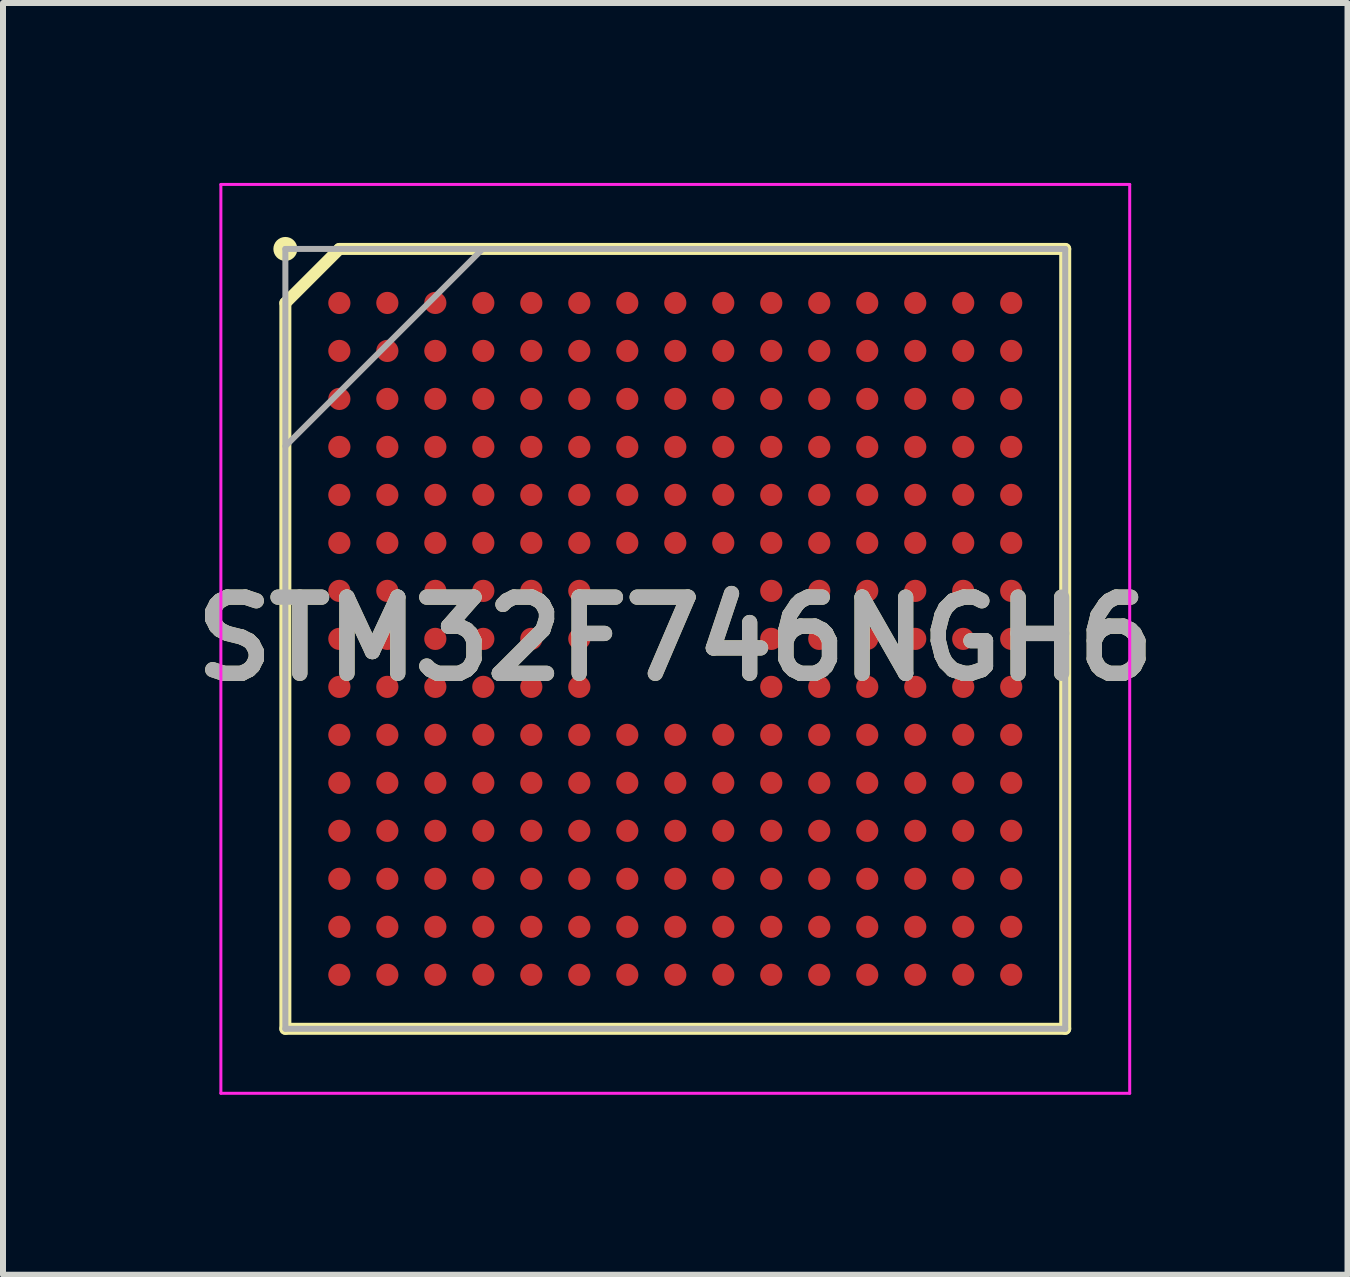
<source format=kicad_pcb>
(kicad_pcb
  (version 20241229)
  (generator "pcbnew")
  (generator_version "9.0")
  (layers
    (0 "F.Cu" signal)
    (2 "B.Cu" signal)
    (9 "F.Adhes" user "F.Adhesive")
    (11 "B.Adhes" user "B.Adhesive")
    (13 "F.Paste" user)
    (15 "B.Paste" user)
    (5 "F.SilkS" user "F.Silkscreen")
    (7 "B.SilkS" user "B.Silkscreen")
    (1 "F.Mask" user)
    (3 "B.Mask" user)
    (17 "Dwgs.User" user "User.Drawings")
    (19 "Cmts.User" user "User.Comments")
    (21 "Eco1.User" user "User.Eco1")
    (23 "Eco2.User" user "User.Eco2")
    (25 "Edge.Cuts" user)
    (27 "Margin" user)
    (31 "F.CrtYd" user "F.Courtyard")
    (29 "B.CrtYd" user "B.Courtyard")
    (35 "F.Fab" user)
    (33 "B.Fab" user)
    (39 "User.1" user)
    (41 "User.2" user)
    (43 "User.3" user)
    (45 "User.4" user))
  (footprint "STM32F746NGH6"
    (layer "F.Cu")
    (at 8.207 7.6)
    (property "Reference" "STM32F746NGH6" (at 0 0 0) (layer "F.SilkS") (effects (font (size 1.27 1.27) (thickness 0.254))))
    (attr smd)
    (fp_line (start -6.5 -5.6) (end -5.6 -6.5) (stroke (width 0.2) (type solid)) (layer "F.SilkS"))
    (fp_line (start -6.5 6.5) (end -6.5 -5.6) (stroke (width 0.2) (type solid)) (layer "F.SilkS"))
    (fp_line (start -5.6 -6.5) (end 6.5 -6.5) (stroke (width 0.2) (type solid)) (layer "F.SilkS"))
    (fp_line (start 6.5 -6.5) (end 6.5 6.5) (stroke (width 0.2) (type solid)) (layer "F.SilkS"))
    (fp_line (start 6.5 6.5) (end -6.5 6.5) (stroke (width 0.2) (type solid)) (layer "F.SilkS"))
    (fp_circle (center -6.5 -6.5) (end -6.5 -6.4) (stroke (width 0.2) (type solid)) (fill no) (layer "F.SilkS"))
    (fp_line (start -7.575 -7.575) (end 7.575 -7.575) (stroke (width 0.05) (type solid)) (layer "F.CrtYd"))
    (fp_line (start -7.575 7.575) (end -7.575 -7.575) (stroke (width 0.05) (type solid)) (layer "F.CrtYd"))
    (fp_line (start 7.575 -7.575) (end 7.575 7.575) (stroke (width 0.05) (type solid)) (layer "F.CrtYd"))
    (fp_line (start 7.575 7.575) (end -7.575 7.575) (stroke (width 0.05) (type solid)) (layer "F.CrtYd"))
    (fp_line (start -6.5 -6.5) (end 6.5 -6.5) (stroke (width 0.1) (type solid)) (layer "F.Fab"))
    (fp_line (start -6.5 -3.212) (end -3.212 -6.5) (stroke (width 0.1) (type solid)) (layer "F.Fab"))
    (fp_line (start -6.5 6.5) (end -6.5 -6.5) (stroke (width 0.1) (type solid)) (layer "F.Fab"))
    (fp_line (start 6.5 -6.5) (end 6.5 6.5) (stroke (width 0.1) (type solid)) (layer "F.Fab"))
    (fp_line (start 6.5 6.5) (end -6.5 6.5) (stroke (width 0.1) (type solid)) (layer "F.Fab"))
    (fp_text user "${REFERENCE}" (at 0 0 0) (layer "F.Fab") (effects (font (size 1.27 1.27) (thickness 0.254))))
    (pad "A1" smd circle (at -5.6 -5.6 90) (size 0.37 0.37) (layers "F.Cu" "F.Mask" "F.Paste"))
    (pad "A2" smd circle (at -4.8 -5.6 90) (size 0.37 0.37) (layers "F.Cu" "F.Mask" "F.Paste"))
    (pad "A3" smd circle (at -4 -5.6 90) (size 0.37 0.37) (layers "F.Cu" "F.Mask" "F.Paste"))
    (pad "A4" smd circle (at -3.2 -5.6 90) (size 0.37 0.37) (layers "F.Cu" "F.Mask" "F.Paste"))
    (pad "A5" smd circle (at -2.4 -5.6 90) (size 0.37 0.37) (layers "F.Cu" "F.Mask" "F.Paste"))
    (pad "A6" smd circle (at -1.6 -5.6 90) (size 0.37 0.37) (layers "F.Cu" "F.Mask" "F.Paste"))
    (pad "A7" smd circle (at -0.8 -5.6 90) (size 0.37 0.37) (layers "F.Cu" "F.Mask" "F.Paste"))
    (pad "A8" smd circle (at 0 -5.6 90) (size 0.37 0.37) (layers "F.Cu" "F.Mask" "F.Paste"))
    (pad "A9" smd circle (at 0.8 -5.6 90) (size 0.37 0.37) (layers "F.Cu" "F.Mask" "F.Paste"))
    (pad "A10" smd circle (at 1.6 -5.6 90) (size 0.37 0.37) (layers "F.Cu" "F.Mask" "F.Paste"))
    (pad "A11" smd circle (at 2.4 -5.6 90) (size 0.37 0.37) (layers "F.Cu" "F.Mask" "F.Paste"))
    (pad "A12" smd circle (at 3.2 -5.6 90) (size 0.37 0.37) (layers "F.Cu" "F.Mask" "F.Paste"))
    (pad "A13" smd circle (at 4 -5.6 90) (size 0.37 0.37) (layers "F.Cu" "F.Mask" "F.Paste"))
    (pad "A14" smd circle (at 4.8 -5.6 90) (size 0.37 0.37) (layers "F.Cu" "F.Mask" "F.Paste"))
    (pad "A15" smd circle (at 5.6 -5.6 90) (size 0.37 0.37) (layers "F.Cu" "F.Mask" "F.Paste"))
    (pad "B1" smd circle (at -5.6 -4.8 90) (size 0.37 0.37) (layers "F.Cu" "F.Mask" "F.Paste"))
    (pad "B2" smd circle (at -4.8 -4.8 90) (size 0.37 0.37) (layers "F.Cu" "F.Mask" "F.Paste"))
    (pad "B3" smd circle (at -4 -4.8 90) (size 0.37 0.37) (layers "F.Cu" "F.Mask" "F.Paste"))
    (pad "B4" smd circle (at -3.2 -4.8 90) (size 0.37 0.37) (layers "F.Cu" "F.Mask" "F.Paste"))
    (pad "B5" smd circle (at -2.4 -4.8 90) (size 0.37 0.37) (layers "F.Cu" "F.Mask" "F.Paste"))
    (pad "B6" smd circle (at -1.6 -4.8 90) (size 0.37 0.37) (layers "F.Cu" "F.Mask" "F.Paste"))
    (pad "B7" smd circle (at -0.8 -4.8 90) (size 0.37 0.37) (layers "F.Cu" "F.Mask" "F.Paste"))
    (pad "B8" smd circle (at 0 -4.8 90) (size 0.37 0.37) (layers "F.Cu" "F.Mask" "F.Paste"))
    (pad "B9" smd circle (at 0.8 -4.8 90) (size 0.37 0.37) (layers "F.Cu" "F.Mask" "F.Paste"))
    (pad "B10" smd circle (at 1.6 -4.8 90) (size 0.37 0.37) (layers "F.Cu" "F.Mask" "F.Paste"))
    (pad "B11" smd circle (at 2.4 -4.8 90) (size 0.37 0.37) (layers "F.Cu" "F.Mask" "F.Paste"))
    (pad "B12" smd circle (at 3.2 -4.8 90) (size 0.37 0.37) (layers "F.Cu" "F.Mask" "F.Paste"))
    (pad "B13" smd circle (at 4 -4.8 90) (size 0.37 0.37) (layers "F.Cu" "F.Mask" "F.Paste"))
    (pad "B14" smd circle (at 4.8 -4.8 90) (size 0.37 0.37) (layers "F.Cu" "F.Mask" "F.Paste"))
    (pad "B15" smd circle (at 5.6 -4.8 90) (size 0.37 0.37) (layers "F.Cu" "F.Mask" "F.Paste"))
    (pad "C1" smd circle (at -5.6 -4 90) (size 0.37 0.37) (layers "F.Cu" "F.Mask" "F.Paste"))
    (pad "C2" smd circle (at -4.8 -4 90) (size 0.37 0.37) (layers "F.Cu" "F.Mask" "F.Paste"))
    (pad "C3" smd circle (at -4 -4 90) (size 0.37 0.37) (layers "F.Cu" "F.Mask" "F.Paste"))
    (pad "C4" smd circle (at -3.2 -4 90) (size 0.37 0.37) (layers "F.Cu" "F.Mask" "F.Paste"))
    (pad "C5" smd circle (at -2.4 -4 90) (size 0.37 0.37) (layers "F.Cu" "F.Mask" "F.Paste"))
    (pad "C6" smd circle (at -1.6 -4 90) (size 0.37 0.37) (layers "F.Cu" "F.Mask" "F.Paste"))
    (pad "C7" smd circle (at -0.8 -4 90) (size 0.37 0.37) (layers "F.Cu" "F.Mask" "F.Paste"))
    (pad "C8" smd circle (at 0 -4 90) (size 0.37 0.37) (layers "F.Cu" "F.Mask" "F.Paste"))
    (pad "C9" smd circle (at 0.8 -4 90) (size 0.37 0.37) (layers "F.Cu" "F.Mask" "F.Paste"))
    (pad "C10" smd circle (at 1.6 -4 90) (size 0.37 0.37) (layers "F.Cu" "F.Mask" "F.Paste"))
    (pad "C11" smd circle (at 2.4 -4 90) (size 0.37 0.37) (layers "F.Cu" "F.Mask" "F.Paste"))
    (pad "C12" smd circle (at 3.2 -4 90) (size 0.37 0.37) (layers "F.Cu" "F.Mask" "F.Paste"))
    (pad "C13" smd circle (at 4 -4 90) (size 0.37 0.37) (layers "F.Cu" "F.Mask" "F.Paste"))
    (pad "C14" smd circle (at 4.8 -4 90) (size 0.37 0.37) (layers "F.Cu" "F.Mask" "F.Paste"))
    (pad "C15" smd circle (at 5.6 -4 90) (size 0.37 0.37) (layers "F.Cu" "F.Mask" "F.Paste"))
    (pad "D1" smd circle (at -5.6 -3.2 90) (size 0.37 0.37) (layers "F.Cu" "F.Mask" "F.Paste"))
    (pad "D2" smd circle (at -4.8 -3.2 90) (size 0.37 0.37) (layers "F.Cu" "F.Mask" "F.Paste"))
    (pad "D3" smd circle (at -4 -3.2 90) (size 0.37 0.37) (layers "F.Cu" "F.Mask" "F.Paste"))
    (pad "D4" smd circle (at -3.2 -3.2 90) (size 0.37 0.37) (layers "F.Cu" "F.Mask" "F.Paste"))
    (pad "D5" smd circle (at -2.4 -3.2 90) (size 0.37 0.37) (layers "F.Cu" "F.Mask" "F.Paste"))
    (pad "D6" smd circle (at -1.6 -3.2 90) (size 0.37 0.37) (layers "F.Cu" "F.Mask" "F.Paste"))
    (pad "D7" smd circle (at -0.8 -3.2 90) (size 0.37 0.37) (layers "F.Cu" "F.Mask" "F.Paste"))
    (pad "D8" smd circle (at 0 -3.2 90) (size 0.37 0.37) (layers "F.Cu" "F.Mask" "F.Paste"))
    (pad "D9" smd circle (at 0.8 -3.2 90) (size 0.37 0.37) (layers "F.Cu" "F.Mask" "F.Paste"))
    (pad "D10" smd circle (at 1.6 -3.2 90) (size 0.37 0.37) (layers "F.Cu" "F.Mask" "F.Paste"))
    (pad "D11" smd circle (at 2.4 -3.2 90) (size 0.37 0.37) (layers "F.Cu" "F.Mask" "F.Paste"))
    (pad "D12" smd circle (at 3.2 -3.2 90) (size 0.37 0.37) (layers "F.Cu" "F.Mask" "F.Paste"))
    (pad "D13" smd circle (at 4 -3.2 90) (size 0.37 0.37) (layers "F.Cu" "F.Mask" "F.Paste"))
    (pad "D14" smd circle (at 4.8 -3.2 90) (size 0.37 0.37) (layers "F.Cu" "F.Mask" "F.Paste"))
    (pad "D15" smd circle (at 5.6 -3.2 90) (size 0.37 0.37) (layers "F.Cu" "F.Mask" "F.Paste"))
    (pad "E1" smd circle (at -5.6 -2.4 90) (size 0.37 0.37) (layers "F.Cu" "F.Mask" "F.Paste"))
    (pad "E2" smd circle (at -4.8 -2.4 90) (size 0.37 0.37) (layers "F.Cu" "F.Mask" "F.Paste"))
    (pad "E3" smd circle (at -4 -2.4 90) (size 0.37 0.37) (layers "F.Cu" "F.Mask" "F.Paste"))
    (pad "E4" smd circle (at -3.2 -2.4 90) (size 0.37 0.37) (layers "F.Cu" "F.Mask" "F.Paste"))
    (pad "E5" smd circle (at -2.4 -2.4 90) (size 0.37 0.37) (layers "F.Cu" "F.Mask" "F.Paste"))
    (pad "E6" smd circle (at -1.6 -2.4 90) (size 0.37 0.37) (layers "F.Cu" "F.Mask" "F.Paste"))
    (pad "E7" smd circle (at -0.8 -2.4 90) (size 0.37 0.37) (layers "F.Cu" "F.Mask" "F.Paste"))
    (pad "E8" smd circle (at 0 -2.4 90) (size 0.37 0.37) (layers "F.Cu" "F.Mask" "F.Paste"))
    (pad "E9" smd circle (at 0.8 -2.4 90) (size 0.37 0.37) (layers "F.Cu" "F.Mask" "F.Paste"))
    (pad "E10" smd circle (at 1.6 -2.4 90) (size 0.37 0.37) (layers "F.Cu" "F.Mask" "F.Paste"))
    (pad "E11" smd circle (at 2.4 -2.4 90) (size 0.37 0.37) (layers "F.Cu" "F.Mask" "F.Paste"))
    (pad "E12" smd circle (at 3.2 -2.4 90) (size 0.37 0.37) (layers "F.Cu" "F.Mask" "F.Paste"))
    (pad "E13" smd circle (at 4 -2.4 90) (size 0.37 0.37) (layers "F.Cu" "F.Mask" "F.Paste"))
    (pad "E14" smd circle (at 4.8 -2.4 90) (size 0.37 0.37) (layers "F.Cu" "F.Mask" "F.Paste"))
    (pad "E15" smd circle (at 5.6 -2.4 90) (size 0.37 0.37) (layers "F.Cu" "F.Mask" "F.Paste"))
    (pad "F1" smd circle (at -5.6 -1.6 90) (size 0.37 0.37) (layers "F.Cu" "F.Mask" "F.Paste"))
    (pad "F2" smd circle (at -4.8 -1.6 90) (size 0.37 0.37) (layers "F.Cu" "F.Mask" "F.Paste"))
    (pad "F3" smd circle (at -4 -1.6 90) (size 0.37 0.37) (layers "F.Cu" "F.Mask" "F.Paste"))
    (pad "F4" smd circle (at -3.2 -1.6 90) (size 0.37 0.37) (layers "F.Cu" "F.Mask" "F.Paste"))
    (pad "F5" smd circle (at -2.4 -1.6 90) (size 0.37 0.37) (layers "F.Cu" "F.Mask" "F.Paste"))
    (pad "F6" smd circle (at -1.6 -1.6 90) (size 0.37 0.37) (layers "F.Cu" "F.Mask" "F.Paste"))
    (pad "F7" smd circle (at -0.8 -1.6 90) (size 0.37 0.37) (layers "F.Cu" "F.Mask" "F.Paste"))
    (pad "F8" smd circle (at 0 -1.6 90) (size 0.37 0.37) (layers "F.Cu" "F.Mask" "F.Paste"))
    (pad "F9" smd circle (at 0.8 -1.6 90) (size 0.37 0.37) (layers "F.Cu" "F.Mask" "F.Paste"))
    (pad "F10" smd circle (at 1.6 -1.6 90) (size 0.37 0.37) (layers "F.Cu" "F.Mask" "F.Paste"))
    (pad "F11" smd circle (at 2.4 -1.6 90) (size 0.37 0.37) (layers "F.Cu" "F.Mask" "F.Paste"))
    (pad "F12" smd circle (at 3.2 -1.6 90) (size 0.37 0.37) (layers "F.Cu" "F.Mask" "F.Paste"))
    (pad "F13" smd circle (at 4 -1.6 90) (size 0.37 0.37) (layers "F.Cu" "F.Mask" "F.Paste"))
    (pad "F14" smd circle (at 4.8 -1.6 90) (size 0.37 0.37) (layers "F.Cu" "F.Mask" "F.Paste"))
    (pad "F15" smd circle (at 5.6 -1.6 90) (size 0.37 0.37) (layers "F.Cu" "F.Mask" "F.Paste"))
    (pad "G1" smd circle (at -5.6 -0.8 90) (size 0.37 0.37) (layers "F.Cu" "F.Mask" "F.Paste"))
    (pad "G2" smd circle (at -4.8 -0.8 90) (size 0.37 0.37) (layers "F.Cu" "F.Mask" "F.Paste"))
    (pad "G3" smd circle (at -4 -0.8 90) (size 0.37 0.37) (layers "F.Cu" "F.Mask" "F.Paste"))
    (pad "G4" smd circle (at -3.2 -0.8 90) (size 0.37 0.37) (layers "F.Cu" "F.Mask" "F.Paste"))
    (pad "G5" smd circle (at -2.4 -0.8 90) (size 0.37 0.37) (layers "F.Cu" "F.Mask" "F.Paste"))
    (pad "G6" smd circle (at -1.6 -0.8 90) (size 0.37 0.37) (layers "F.Cu" "F.Mask" "F.Paste"))
    (pad "G10" smd circle (at 1.6 -0.8 90) (size 0.37 0.37) (layers "F.Cu" "F.Mask" "F.Paste"))
    (pad "G11" smd circle (at 2.4 -0.8 90) (size 0.37 0.37) (layers "F.Cu" "F.Mask" "F.Paste"))
    (pad "G12" smd circle (at 3.2 -0.8 90) (size 0.37 0.37) (layers "F.Cu" "F.Mask" "F.Paste"))
    (pad "G13" smd circle (at 4 -0.8 90) (size 0.37 0.37) (layers "F.Cu" "F.Mask" "F.Paste"))
    (pad "G14" smd circle (at 4.8 -0.8 90) (size 0.37 0.37) (layers "F.Cu" "F.Mask" "F.Paste"))
    (pad "G15" smd circle (at 5.6 -0.8 90) (size 0.37 0.37) (layers "F.Cu" "F.Mask" "F.Paste"))
    (pad "H1" smd circle (at -5.6 0 90) (size 0.37 0.37) (layers "F.Cu" "F.Mask" "F.Paste"))
    (pad "H2" smd circle (at -4.8 0 90) (size 0.37 0.37) (layers "F.Cu" "F.Mask" "F.Paste"))
    (pad "H3" smd circle (at -4 0 90) (size 0.37 0.37) (layers "F.Cu" "F.Mask" "F.Paste"))
    (pad "H4" smd circle (at -3.2 0 90) (size 0.37 0.37) (layers "F.Cu" "F.Mask" "F.Paste"))
    (pad "H5" smd circle (at -2.4 0 90) (size 0.37 0.37) (layers "F.Cu" "F.Mask" "F.Paste"))
    (pad "H6" smd circle (at -1.6 0 90) (size 0.37 0.37) (layers "F.Cu" "F.Mask" "F.Paste"))
    (pad "H10" smd circle (at 1.6 0 90) (size 0.37 0.37) (layers "F.Cu" "F.Mask" "F.Paste"))
    (pad "H11" smd circle (at 2.4 0 90) (size 0.37 0.37) (layers "F.Cu" "F.Mask" "F.Paste"))
    (pad "H12" smd circle (at 3.2 0 90) (size 0.37 0.37) (layers "F.Cu" "F.Mask" "F.Paste"))
    (pad "H13" smd circle (at 4 0 90) (size 0.37 0.37) (layers "F.Cu" "F.Mask" "F.Paste"))
    (pad "H14" smd circle (at 4.8 0 90) (size 0.37 0.37) (layers "F.Cu" "F.Mask" "F.Paste"))
    (pad "H15" smd circle (at 5.6 0 90) (size 0.37 0.37) (layers "F.Cu" "F.Mask" "F.Paste"))
    (pad "J1" smd circle (at -5.6 0.8 90) (size 0.37 0.37) (layers "F.Cu" "F.Mask" "F.Paste"))
    (pad "J2" smd circle (at -4.8 0.8 90) (size 0.37 0.37) (layers "F.Cu" "F.Mask" "F.Paste"))
    (pad "J3" smd circle (at -4 0.8 90) (size 0.37 0.37) (layers "F.Cu" "F.Mask" "F.Paste"))
    (pad "J4" smd circle (at -3.2 0.8 90) (size 0.37 0.37) (layers "F.Cu" "F.Mask" "F.Paste"))
    (pad "J5" smd circle (at -2.4 0.8 90) (size 0.37 0.37) (layers "F.Cu" "F.Mask" "F.Paste"))
    (pad "J6" smd circle (at -1.6 0.8 90) (size 0.37 0.37) (layers "F.Cu" "F.Mask" "F.Paste"))
    (pad "J10" smd circle (at 1.6 0.8 90) (size 0.37 0.37) (layers "F.Cu" "F.Mask" "F.Paste"))
    (pad "J11" smd circle (at 2.4 0.8 90) (size 0.37 0.37) (layers "F.Cu" "F.Mask" "F.Paste"))
    (pad "J12" smd circle (at 3.2 0.8 90) (size 0.37 0.37) (layers "F.Cu" "F.Mask" "F.Paste"))
    (pad "J13" smd circle (at 4 0.8 90) (size 0.37 0.37) (layers "F.Cu" "F.Mask" "F.Paste"))
    (pad "J14" smd circle (at 4.8 0.8 90) (size 0.37 0.37) (layers "F.Cu" "F.Mask" "F.Paste"))
    (pad "J15" smd circle (at 5.6 0.8 90) (size 0.37 0.37) (layers "F.Cu" "F.Mask" "F.Paste"))
    (pad "K1" smd circle (at -5.6 1.6 90) (size 0.37 0.37) (layers "F.Cu" "F.Mask" "F.Paste"))
    (pad "K2" smd circle (at -4.8 1.6 90) (size 0.37 0.37) (layers "F.Cu" "F.Mask" "F.Paste"))
    (pad "K3" smd circle (at -4 1.6 90) (size 0.37 0.37) (layers "F.Cu" "F.Mask" "F.Paste"))
    (pad "K4" smd circle (at -3.2 1.6 90) (size 0.37 0.37) (layers "F.Cu" "F.Mask" "F.Paste"))
    (pad "K5" smd circle (at -2.4 1.6 90) (size 0.37 0.37) (layers "F.Cu" "F.Mask" "F.Paste"))
    (pad "K6" smd circle (at -1.6 1.6 90) (size 0.37 0.37) (layers "F.Cu" "F.Mask" "F.Paste"))
    (pad "K7" smd circle (at -0.8 1.6 90) (size 0.37 0.37) (layers "F.Cu" "F.Mask" "F.Paste"))
    (pad "K8" smd circle (at 0 1.6 90) (size 0.37 0.37) (layers "F.Cu" "F.Mask" "F.Paste"))
    (pad "K9" smd circle (at 0.8 1.6 90) (size 0.37 0.37) (layers "F.Cu" "F.Mask" "F.Paste"))
    (pad "K10" smd circle (at 1.6 1.6 90) (size 0.37 0.37) (layers "F.Cu" "F.Mask" "F.Paste"))
    (pad "K11" smd circle (at 2.4 1.6 90) (size 0.37 0.37) (layers "F.Cu" "F.Mask" "F.Paste"))
    (pad "K12" smd circle (at 3.2 1.6 90) (size 0.37 0.37) (layers "F.Cu" "F.Mask" "F.Paste"))
    (pad "K13" smd circle (at 4 1.6 90) (size 0.37 0.37) (layers "F.Cu" "F.Mask" "F.Paste"))
    (pad "K14" smd circle (at 4.8 1.6 90) (size 0.37 0.37) (layers "F.Cu" "F.Mask" "F.Paste"))
    (pad "K15" smd circle (at 5.6 1.6 90) (size 0.37 0.37) (layers "F.Cu" "F.Mask" "F.Paste"))
    (pad "L1" smd circle (at -5.6 2.4 90) (size 0.37 0.37) (layers "F.Cu" "F.Mask" "F.Paste"))
    (pad "L2" smd circle (at -4.8 2.4 90) (size 0.37 0.37) (layers "F.Cu" "F.Mask" "F.Paste"))
    (pad "L3" smd circle (at -4 2.4 90) (size 0.37 0.37) (layers "F.Cu" "F.Mask" "F.Paste"))
    (pad "L4" smd circle (at -3.2 2.4 90) (size 0.37 0.37) (layers "F.Cu" "F.Mask" "F.Paste"))
    (pad "L5" smd circle (at -2.4 2.4 90) (size 0.37 0.37) (layers "F.Cu" "F.Mask" "F.Paste"))
    (pad "L6" smd circle (at -1.6 2.4 90) (size 0.37 0.37) (layers "F.Cu" "F.Mask" "F.Paste"))
    (pad "L7" smd circle (at -0.8 2.4 90) (size 0.37 0.37) (layers "F.Cu" "F.Mask" "F.Paste"))
    (pad "L8" smd circle (at 0 2.4 90) (size 0.37 0.37) (layers "F.Cu" "F.Mask" "F.Paste"))
    (pad "L9" smd circle (at 0.8 2.4 90) (size 0.37 0.37) (layers "F.Cu" "F.Mask" "F.Paste"))
    (pad "L10" smd circle (at 1.6 2.4 90) (size 0.37 0.37) (layers "F.Cu" "F.Mask" "F.Paste"))
    (pad "L11" smd circle (at 2.4 2.4 90) (size 0.37 0.37) (layers "F.Cu" "F.Mask" "F.Paste"))
    (pad "L12" smd circle (at 3.2 2.4 90) (size 0.37 0.37) (layers "F.Cu" "F.Mask" "F.Paste"))
    (pad "L13" smd circle (at 4 2.4 90) (size 0.37 0.37) (layers "F.Cu" "F.Mask" "F.Paste"))
    (pad "L14" smd circle (at 4.8 2.4 90) (size 0.37 0.37) (layers "F.Cu" "F.Mask" "F.Paste"))
    (pad "L15" smd circle (at 5.6 2.4 90) (size 0.37 0.37) (layers "F.Cu" "F.Mask" "F.Paste"))
    (pad "M1" smd circle (at -5.6 3.2 90) (size 0.37 0.37) (layers "F.Cu" "F.Mask" "F.Paste"))
    (pad "M2" smd circle (at -4.8 3.2 90) (size 0.37 0.37) (layers "F.Cu" "F.Mask" "F.Paste"))
    (pad "M3" smd circle (at -4 3.2 90) (size 0.37 0.37) (layers "F.Cu" "F.Mask" "F.Paste"))
    (pad "M4" smd circle (at -3.2 3.2 90) (size 0.37 0.37) (layers "F.Cu" "F.Mask" "F.Paste"))
    (pad "M5" smd circle (at -2.4 3.2 90) (size 0.37 0.37) (layers "F.Cu" "F.Mask" "F.Paste"))
    (pad "M6" smd circle (at -1.6 3.2 90) (size 0.37 0.37) (layers "F.Cu" "F.Mask" "F.Paste"))
    (pad "M7" smd circle (at -0.8 3.2 90) (size 0.37 0.37) (layers "F.Cu" "F.Mask" "F.Paste"))
    (pad "M8" smd circle (at 0 3.2 90) (size 0.37 0.37) (layers "F.Cu" "F.Mask" "F.Paste"))
    (pad "M9" smd circle (at 0.8 3.2 90) (size 0.37 0.37) (layers "F.Cu" "F.Mask" "F.Paste"))
    (pad "M10" smd circle (at 1.6 3.2 90) (size 0.37 0.37) (layers "F.Cu" "F.Mask" "F.Paste"))
    (pad "M11" smd circle (at 2.4 3.2 90) (size 0.37 0.37) (layers "F.Cu" "F.Mask" "F.Paste"))
    (pad "M12" smd circle (at 3.2 3.2 90) (size 0.37 0.37) (layers "F.Cu" "F.Mask" "F.Paste"))
    (pad "M13" smd circle (at 4 3.2 90) (size 0.37 0.37) (layers "F.Cu" "F.Mask" "F.Paste"))
    (pad "M14" smd circle (at 4.8 3.2 90) (size 0.37 0.37) (layers "F.Cu" "F.Mask" "F.Paste"))
    (pad "M15" smd circle (at 5.6 3.2 90) (size 0.37 0.37) (layers "F.Cu" "F.Mask" "F.Paste"))
    (pad "N1" smd circle (at -5.6 4 90) (size 0.37 0.37) (layers "F.Cu" "F.Mask" "F.Paste"))
    (pad "N2" smd circle (at -4.8 4 90) (size 0.37 0.37) (layers "F.Cu" "F.Mask" "F.Paste"))
    (pad "N3" smd circle (at -4 4 90) (size 0.37 0.37) (layers "F.Cu" "F.Mask" "F.Paste"))
    (pad "N4" smd circle (at -3.2 4 90) (size 0.37 0.37) (layers "F.Cu" "F.Mask" "F.Paste"))
    (pad "N5" smd circle (at -2.4 4 90) (size 0.37 0.37) (layers "F.Cu" "F.Mask" "F.Paste"))
    (pad "N6" smd circle (at -1.6 4 90) (size 0.37 0.37) (layers "F.Cu" "F.Mask" "F.Paste"))
    (pad "N7" smd circle (at -0.8 4 90) (size 0.37 0.37) (layers "F.Cu" "F.Mask" "F.Paste"))
    (pad "N8" smd circle (at 0 4 90) (size 0.37 0.37) (layers "F.Cu" "F.Mask" "F.Paste"))
    (pad "N9" smd circle (at 0.8 4 90) (size 0.37 0.37) (layers "F.Cu" "F.Mask" "F.Paste"))
    (pad "N10" smd circle (at 1.6 4 90) (size 0.37 0.37) (layers "F.Cu" "F.Mask" "F.Paste"))
    (pad "N11" smd circle (at 2.4 4 90) (size 0.37 0.37) (layers "F.Cu" "F.Mask" "F.Paste"))
    (pad "N12" smd circle (at 3.2 4 90) (size 0.37 0.37) (layers "F.Cu" "F.Mask" "F.Paste"))
    (pad "N13" smd circle (at 4 4 90) (size 0.37 0.37) (layers "F.Cu" "F.Mask" "F.Paste"))
    (pad "N14" smd circle (at 4.8 4 90) (size 0.37 0.37) (layers "F.Cu" "F.Mask" "F.Paste"))
    (pad "N15" smd circle (at 5.6 4 90) (size 0.37 0.37) (layers "F.Cu" "F.Mask" "F.Paste"))
    (pad "P1" smd circle (at -5.6 4.8 90) (size 0.37 0.37) (layers "F.Cu" "F.Mask" "F.Paste"))
    (pad "P2" smd circle (at -4.8 4.8 90) (size 0.37 0.37) (layers "F.Cu" "F.Mask" "F.Paste"))
    (pad "P3" smd circle (at -4 4.8 90) (size 0.37 0.37) (layers "F.Cu" "F.Mask" "F.Paste"))
    (pad "P4" smd circle (at -3.2 4.8 90) (size 0.37 0.37) (layers "F.Cu" "F.Mask" "F.Paste"))
    (pad "P5" smd circle (at -2.4 4.8 90) (size 0.37 0.37) (layers "F.Cu" "F.Mask" "F.Paste"))
    (pad "P6" smd circle (at -1.6 4.8 90) (size 0.37 0.37) (layers "F.Cu" "F.Mask" "F.Paste"))
    (pad "P7" smd circle (at -0.8 4.8 90) (size 0.37 0.37) (layers "F.Cu" "F.Mask" "F.Paste"))
    (pad "P8" smd circle (at 0 4.8 90) (size 0.37 0.37) (layers "F.Cu" "F.Mask" "F.Paste"))
    (pad "P9" smd circle (at 0.8 4.8 90) (size 0.37 0.37) (layers "F.Cu" "F.Mask" "F.Paste"))
    (pad "P10" smd circle (at 1.6 4.8 90) (size 0.37 0.37) (layers "F.Cu" "F.Mask" "F.Paste"))
    (pad "P11" smd circle (at 2.4 4.8 90) (size 0.37 0.37) (layers "F.Cu" "F.Mask" "F.Paste"))
    (pad "P12" smd circle (at 3.2 4.8 90) (size 0.37 0.37) (layers "F.Cu" "F.Mask" "F.Paste"))
    (pad "P13" smd circle (at 4 4.8 90) (size 0.37 0.37) (layers "F.Cu" "F.Mask" "F.Paste"))
    (pad "P14" smd circle (at 4.8 4.8 90) (size 0.37 0.37) (layers "F.Cu" "F.Mask" "F.Paste"))
    (pad "P15" smd circle (at 5.6 4.8 90) (size 0.37 0.37) (layers "F.Cu" "F.Mask" "F.Paste"))
    (pad "R1" smd circle (at -5.6 5.6 90) (size 0.37 0.37) (layers "F.Cu" "F.Mask" "F.Paste"))
    (pad "R2" smd circle (at -4.8 5.6 90) (size 0.37 0.37) (layers "F.Cu" "F.Mask" "F.Paste"))
    (pad "R3" smd circle (at -4 5.6 90) (size 0.37 0.37) (layers "F.Cu" "F.Mask" "F.Paste"))
    (pad "R4" smd circle (at -3.2 5.6 90) (size 0.37 0.37) (layers "F.Cu" "F.Mask" "F.Paste"))
    (pad "R5" smd circle (at -2.4 5.6 90) (size 0.37 0.37) (layers "F.Cu" "F.Mask" "F.Paste"))
    (pad "R6" smd circle (at -1.6 5.6 90) (size 0.37 0.37) (layers "F.Cu" "F.Mask" "F.Paste"))
    (pad "R7" smd circle (at -0.8 5.6 90) (size 0.37 0.37) (layers "F.Cu" "F.Mask" "F.Paste"))
    (pad "R8" smd circle (at 0 5.6 90) (size 0.37 0.37) (layers "F.Cu" "F.Mask" "F.Paste"))
    (pad "R9" smd circle (at 0.8 5.6 90) (size 0.37 0.37) (layers "F.Cu" "F.Mask" "F.Paste"))
    (pad "R10" smd circle (at 1.6 5.6 90) (size 0.37 0.37) (layers "F.Cu" "F.Mask" "F.Paste"))
    (pad "R11" smd circle (at 2.4 5.6 90) (size 0.37 0.37) (layers "F.Cu" "F.Mask" "F.Paste"))
    (pad "R12" smd circle (at 3.2 5.6 90) (size 0.37 0.37) (layers "F.Cu" "F.Mask" "F.Paste"))
    (pad "R13" smd circle (at 4 5.6 90) (size 0.37 0.37) (layers "F.Cu" "F.Mask" "F.Paste"))
    (pad "R14" smd circle (at 4.8 5.6 90) (size 0.37 0.37) (layers "F.Cu" "F.Mask" "F.Paste"))
    (pad "R15" smd circle (at 5.6 5.6 90) (size 0.37 0.37) (layers "F.Cu" "F.Mask" "F.Paste")))
  (gr_rect
    (start -3 -3)
    (end 19.413 18.2)
    (stroke (width 0.1) (type default))
    (fill no)
    (layer "Edge.Cuts")))
</source>
